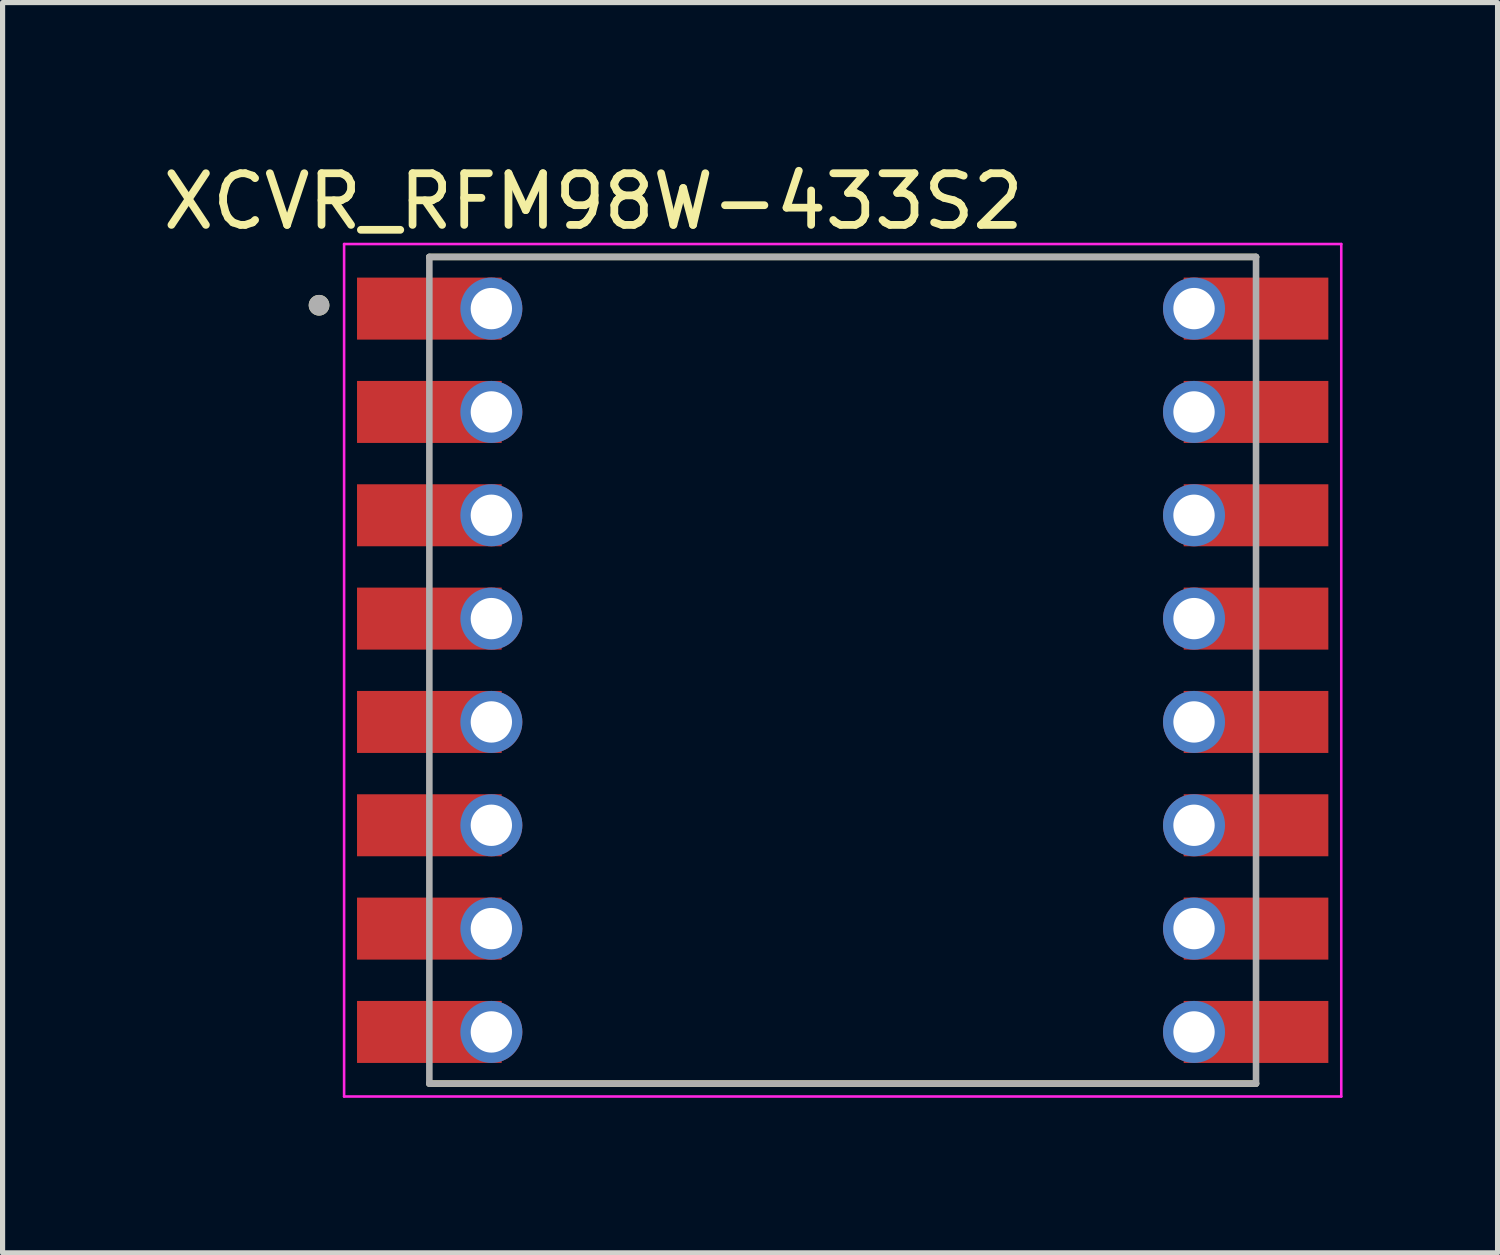
<source format=kicad_pcb>
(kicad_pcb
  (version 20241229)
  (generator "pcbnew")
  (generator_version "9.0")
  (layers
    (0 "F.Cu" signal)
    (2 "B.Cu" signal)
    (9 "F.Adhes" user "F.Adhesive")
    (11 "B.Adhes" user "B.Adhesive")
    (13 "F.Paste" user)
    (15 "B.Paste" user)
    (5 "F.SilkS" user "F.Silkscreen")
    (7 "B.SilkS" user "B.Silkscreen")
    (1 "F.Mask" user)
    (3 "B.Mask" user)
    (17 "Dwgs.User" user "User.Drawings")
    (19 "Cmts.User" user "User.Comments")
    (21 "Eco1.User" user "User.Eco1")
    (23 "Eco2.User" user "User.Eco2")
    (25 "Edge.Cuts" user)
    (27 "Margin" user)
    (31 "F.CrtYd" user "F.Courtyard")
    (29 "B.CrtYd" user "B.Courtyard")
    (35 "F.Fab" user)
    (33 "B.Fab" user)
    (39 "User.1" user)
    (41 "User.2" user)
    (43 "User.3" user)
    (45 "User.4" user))
  (footprint "XCVR_RFM98W-433S2"
    (layer "F.Cu")
    (at 13.26 9.923)
    (property "Reference" "XCVR_RFM98W-433S2" (at -4.825 -9.075 0) (layer "F.SilkS") (effects (font (size 1 1) (thickness 0.15))))
    (attr smd)
    (fp_line (start -8 -8) (end 8 -8) (stroke (width 0.127) (type solid)) (layer "F.SilkS"))
    (fp_line (start 8 8) (end -8 8) (stroke (width 0.127) (type solid)) (layer "F.SilkS"))
    (fp_circle (center -10.135 -7.065) (end -10.035 -7.065) (stroke (width 0.2) (type solid)) (fill no) (layer "F.SilkS"))
    (fp_line (start -9.65 -8.25) (end 9.65 -8.25) (stroke (width 0.05) (type solid)) (layer "F.CrtYd"))
    (fp_line (start -9.65 8.25) (end -9.65 -8.25) (stroke (width 0.05) (type solid)) (layer "F.CrtYd"))
    (fp_line (start 9.65 -8.25) (end 9.65 8.25) (stroke (width 0.05) (type solid)) (layer "F.CrtYd"))
    (fp_line (start 9.65 8.25) (end -9.65 8.25) (stroke (width 0.05) (type solid)) (layer "F.CrtYd"))
    (fp_line (start -8 -8) (end 8 -8) (stroke (width 0.127) (type solid)) (layer "F.Fab"))
    (fp_line (start -8 8) (end -8 -8) (stroke (width 0.127) (type solid)) (layer "F.Fab"))
    (fp_line (start 8 -8) (end 8 8) (stroke (width 0.127) (type solid)) (layer "F.Fab"))
    (fp_line (start 8 8) (end -8 8) (stroke (width 0.127) (type solid)) (layer "F.Fab"))
    (fp_circle (center -10.135 -7.065) (end -10.035 -7.065) (stroke (width 0.2) (type solid)) (fill no) (layer "F.Fab"))
    (pad "1" smd rect (at -8 -7) (size 2.8 1.2) (layers "F.Cu" "F.Mask" "F.Paste"))
    (pad "1_1" thru_hole circle (at -6.8 -7) (size 1.2 1.2) (drill 0.8) (layers "*.Cu" "*.Mask"))
    (pad "2" smd rect (at -8 -5) (size 2.8 1.2) (layers "F.Cu" "F.Mask" "F.Paste"))
    (pad "2_1" thru_hole circle (at -6.8 -5) (size 1.2 1.2) (drill 0.8) (layers "*.Cu" "*.Mask"))
    (pad "3" smd rect (at -8 -3) (size 2.8 1.2) (layers "F.Cu" "F.Mask" "F.Paste"))
    (pad "3_1" thru_hole circle (at -6.8 -3) (size 1.2 1.2) (drill 0.8) (layers "*.Cu" "*.Mask"))
    (pad "4" smd rect (at -8 -1) (size 2.8 1.2) (layers "F.Cu" "F.Mask" "F.Paste"))
    (pad "4_1" thru_hole circle (at -6.8 -1) (size 1.2 1.2) (drill 0.8) (layers "*.Cu" "*.Mask"))
    (pad "5" smd rect (at -8 1) (size 2.8 1.2) (layers "F.Cu" "F.Mask" "F.Paste"))
    (pad "5_1" thru_hole circle (at -6.8 1) (size 1.2 1.2) (drill 0.8) (layers "*.Cu" "*.Mask"))
    (pad "6" smd rect (at -8 3) (size 2.8 1.2) (layers "F.Cu" "F.Mask" "F.Paste"))
    (pad "6_1" thru_hole circle (at -6.8 3) (size 1.2 1.2) (drill 0.8) (layers "*.Cu" "*.Mask"))
    (pad "7" smd rect (at -8 5) (size 2.8 1.2) (layers "F.Cu" "F.Mask" "F.Paste"))
    (pad "7_1" thru_hole circle (at -6.8 5) (size 1.2 1.2) (drill 0.8) (layers "*.Cu" "*.Mask"))
    (pad "8" smd rect (at -8 7) (size 2.8 1.2) (layers "F.Cu" "F.Mask" "F.Paste"))
    (pad "8_1" thru_hole circle (at -6.8 7) (size 1.2 1.2) (drill 0.8) (layers "*.Cu" "*.Mask"))
    (pad "9" smd rect (at 8 7) (size 2.8 1.2) (layers "F.Cu" "F.Mask" "F.Paste"))
    (pad "9_1" thru_hole circle (at 6.8 7) (size 1.2 1.2) (drill 0.8) (layers "*.Cu" "*.Mask"))
    (pad "10" smd rect (at 8 5) (size 2.8 1.2) (layers "F.Cu" "F.Mask" "F.Paste"))
    (pad "10_1" thru_hole circle (at 6.8 5) (size 1.2 1.2) (drill 0.8) (layers "*.Cu" "*.Mask"))
    (pad "11" smd rect (at 8 3) (size 2.8 1.2) (layers "F.Cu" "F.Mask" "F.Paste"))
    (pad "11_1" thru_hole circle (at 6.8 3) (size 1.2 1.2) (drill 0.8) (layers "*.Cu" "*.Mask"))
    (pad "12" smd rect (at 8 1) (size 2.8 1.2) (layers "F.Cu" "F.Mask" "F.Paste"))
    (pad "12_1" thru_hole circle (at 6.8 1) (size 1.2 1.2) (drill 0.8) (layers "*.Cu" "*.Mask"))
    (pad "13" smd rect (at 8 -1) (size 2.8 1.2) (layers "F.Cu" "F.Mask" "F.Paste"))
    (pad "13_1" thru_hole circle (at 6.8 -1) (size 1.2 1.2) (drill 0.8) (layers "*.Cu" "*.Mask"))
    (pad "14" smd rect (at 8 -3) (size 2.8 1.2) (layers "F.Cu" "F.Mask" "F.Paste"))
    (pad "14_1" thru_hole circle (at 6.8 -3) (size 1.2 1.2) (drill 0.8) (layers "*.Cu" "*.Mask"))
    (pad "15" smd rect (at 8 -5) (size 2.8 1.2) (layers "F.Cu" "F.Mask" "F.Paste"))
    (pad "15_1" thru_hole circle (at 6.8 -5) (size 1.2 1.2) (drill 0.8) (layers "*.Cu" "*.Mask"))
    (pad "16" smd rect (at 8 -7) (size 2.8 1.2) (layers "F.Cu" "F.Mask" "F.Paste"))
    (pad "16_1" thru_hole circle (at 6.8 -7) (size 1.2 1.2) (drill 0.8) (layers "*.Cu" "*.Mask")))
  (gr_rect
    (start -3 -3)
    (end 25.935 21.198)
    (stroke (width 0.1) (type default))
    (fill no)
    (layer "Edge.Cuts")))
</source>
